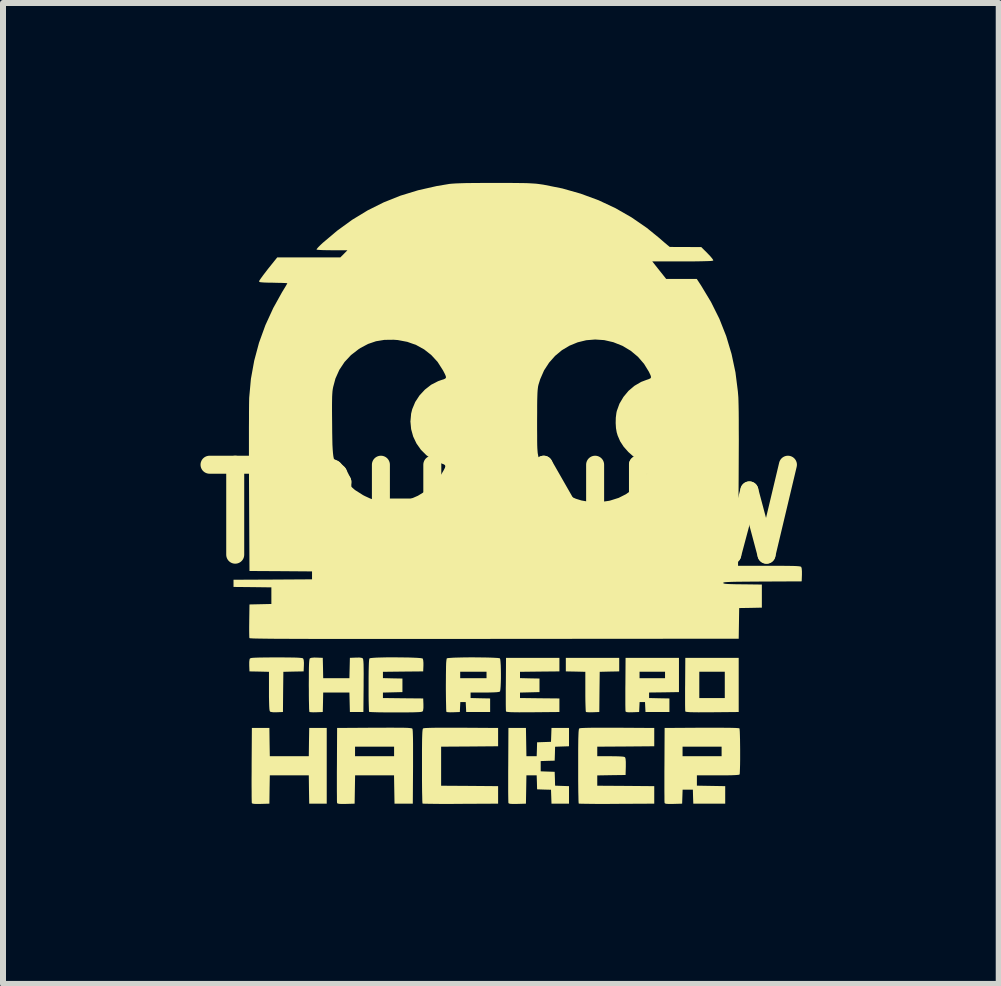
<source format=kicad_pcb>
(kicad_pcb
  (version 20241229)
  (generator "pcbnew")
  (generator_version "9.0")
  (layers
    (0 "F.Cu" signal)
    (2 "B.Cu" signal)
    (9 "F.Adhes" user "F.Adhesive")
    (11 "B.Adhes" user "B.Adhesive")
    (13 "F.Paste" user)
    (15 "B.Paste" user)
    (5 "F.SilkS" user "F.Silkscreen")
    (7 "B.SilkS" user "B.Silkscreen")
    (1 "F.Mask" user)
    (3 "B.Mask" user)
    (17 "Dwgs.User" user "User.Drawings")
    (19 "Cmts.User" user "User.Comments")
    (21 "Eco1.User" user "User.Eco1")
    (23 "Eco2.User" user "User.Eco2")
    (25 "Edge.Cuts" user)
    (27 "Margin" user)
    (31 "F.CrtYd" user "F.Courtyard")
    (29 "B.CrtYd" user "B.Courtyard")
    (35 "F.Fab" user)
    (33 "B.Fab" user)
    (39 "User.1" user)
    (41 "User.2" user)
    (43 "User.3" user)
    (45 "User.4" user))
  (footprint "TRH_NEW"
    (layer "F.Cu")
    (at 5.3 5.519)
    (property "Reference" "TRH_NEW" (at 0 0 0) (layer "F.SilkS") (effects (font (size 1.5 1.5) (thickness 0.3))))
    (attr board_only exclude_from_pos_files exclude_from_bom)
    (fp_poly (pts (xy 1.973 2.511) (xy 1.973 2.624) (xy 1.81 2.627) (xy 1.648 2.631) (xy 1.644 2.966) (xy 1.641 3.301) (xy 1.534 3.305) (xy 1.483 3.306) (xy 1.442 3.304) (xy 1.42 3.301) (xy 1.418 3.299) (xy 1.415 3.284) (xy 1.413 3.246) (xy 1.411 3.189) (xy 1.409 3.116) (xy 1.408 3.031) (xy 1.408 2.961) (xy 1.408 2.631) (xy 1.245 2.627) (xy 1.083 2.624) (xy 1.083 2.511) (xy 1.083 2.398) (xy 1.528 2.398) (xy 1.973 2.398)) (stroke (width 0) (type solid)) (fill yes) (layer "F.SilkS"))
    (fp_poly (pts (xy 3.965 2.85) (xy 3.965 3.301) (xy 3.523 3.305) (xy 3.398 3.305) (xy 3.297 3.306) (xy 3.218 3.305) (xy 3.159 3.304) (xy 3.117 3.301) (xy 3.091 3.298) (xy 3.077 3.294) (xy 3.075 3.291) (xy 3.073 3.274) (xy 3.072 3.234) (xy 3.071 3.174) (xy 3.071 3.097) (xy 3.071 3.006) (xy 3.071 2.905) (xy 3.072 2.85) (xy 3.308 2.85) (xy 3.308 3.069) (xy 3.52 3.069) (xy 3.733 3.069) (xy 3.733 2.85) (xy 3.733 2.63) (xy 3.52 2.63) (xy 3.308 2.63) (xy 3.308 2.85) (xy 3.072 2.85) (xy 3.072 2.836) (xy 3.075 2.398) (xy 3.52 2.398) (xy 3.965 2.398)) (stroke (width 0) (type solid)) (fill yes) (layer "F.SilkS"))
    (fp_poly (pts (xy -3.856 3.803) (xy -3.852 4.038) (xy -3.527 4.038) (xy -3.202 4.038) (xy -3.199 3.803) (xy -3.195 3.567) (xy -3.049 3.567) (xy -2.903 3.567) (xy -2.903 4.198) (xy -2.903 4.829) (xy -3.049 4.829) (xy -3.195 4.829) (xy -3.199 4.593) (xy -3.202 4.357) (xy -3.527 4.357) (xy -3.852 4.357) (xy -3.856 4.593) (xy -3.859 4.829) (xy -4.002 4.833) (xy -4.071 4.834) (xy -4.116 4.832) (xy -4.142 4.827) (xy -4.152 4.819) (xy -4.153 4.803) (xy -4.154 4.763) (xy -4.155 4.701) (xy -4.155 4.621) (xy -4.156 4.526) (xy -4.156 4.417) (xy -4.155 4.298) (xy -4.155 4.185) (xy -4.151 3.567) (xy -4.005 3.567) (xy -3.859 3.567)) (stroke (width 0) (type solid)) (fill yes) (layer "F.SilkS"))
    (fp_poly (pts (xy 0.976 2.511) (xy 0.976 2.624) (xy 0.648 2.627) (xy 0.319 2.631) (xy 0.319 2.683) (xy 0.319 2.736) (xy 0.482 2.74) (xy 0.644 2.743) (xy 0.644 2.856) (xy 0.644 2.969) (xy 0.482 2.973) (xy 0.319 2.977) (xy 0.319 3.022) (xy 0.319 3.068) (xy 0.648 3.072) (xy 0.976 3.075) (xy 0.976 3.188) (xy 0.976 3.301) (xy 0.534 3.305) (xy 0.409 3.305) (xy 0.308 3.306) (xy 0.229 3.305) (xy 0.17 3.304) (xy 0.128 3.301) (xy 0.102 3.298) (xy 0.088 3.294) (xy 0.086 3.291) (xy 0.084 3.274) (xy 0.083 3.234) (xy 0.082 3.174) (xy 0.082 3.097) (xy 0.082 3.006) (xy 0.082 2.905) (xy 0.083 2.836) (xy 0.086 2.398) (xy 0.531 2.398) (xy 0.976 2.398)) (stroke (width 0) (type solid)) (fill yes) (layer "F.SilkS"))
    (fp_poly (pts (xy -3.618 2.391) (xy -3.52 2.392) (xy -3.444 2.393) (xy -3.387 2.395) (xy -3.346 2.398) (xy -3.318 2.401) (xy -3.302 2.405) (xy -3.296 2.41) (xy -3.287 2.435) (xy -3.283 2.481) (xy -3.284 2.526) (xy -3.288 2.624) (xy -3.457 2.627) (xy -3.626 2.631) (xy -3.63 2.966) (xy -3.633 3.301) (xy -3.733 3.305) (xy -3.798 3.305) (xy -3.838 3.299) (xy -3.849 3.292) (xy -3.855 3.279) (xy -3.859 3.25) (xy -3.862 3.203) (xy -3.864 3.136) (xy -3.866 3.046) (xy -3.866 2.954) (xy -3.866 2.631) (xy -4.029 2.627) (xy -4.191 2.624) (xy -4.195 2.526) (xy -4.195 2.467) (xy -4.19 2.426) (xy -4.184 2.41) (xy -4.175 2.405) (xy -4.158 2.4) (xy -4.128 2.397) (xy -4.085 2.395) (xy -4.025 2.393) (xy -3.946 2.392) (xy -3.845 2.391) (xy -3.74 2.391)) (stroke (width 0) (type solid)) (fill yes) (layer "F.SilkS"))
    (fp_poly (pts (xy 2.969 2.683) (xy 2.969 2.969) (xy 2.72 2.973) (xy 2.471 2.976) (xy 2.471 3.022) (xy 2.471 3.068) (xy 2.64 3.072) (xy 2.81 3.075) (xy 2.81 3.188) (xy 2.81 3.301) (xy 2.61 3.301) (xy 2.411 3.301) (xy 2.407 3.218) (xy 2.403 3.135) (xy 2.358 3.135) (xy 2.313 3.135) (xy 2.309 3.218) (xy 2.305 3.301) (xy 2.195 3.305) (xy 2.136 3.306) (xy 2.099 3.303) (xy 2.081 3.295) (xy 2.079 3.292) (xy 2.077 3.275) (xy 2.076 3.234) (xy 2.075 3.174) (xy 2.075 3.097) (xy 2.075 3.006) (xy 2.075 2.905) (xy 2.076 2.836) (xy 2.077 2.683) (xy 2.312 2.683) (xy 2.312 2.737) (xy 2.524 2.737) (xy 2.737 2.737) (xy 2.737 2.683) (xy 2.737 2.63) (xy 2.524 2.63) (xy 2.312 2.63) (xy 2.312 2.683) (xy 2.077 2.683) (xy 2.079 2.398) (xy 2.524 2.398) (xy 2.969 2.398)) (stroke (width 0) (type solid)) (fill yes) (layer "F.SilkS"))
    (fp_poly (pts (xy -0.786 3.563) (xy -0.663 3.563) (xy -0.046 3.567) (xy -0.046 3.72) (xy -0.046 3.872) (xy -0.521 3.876) (xy -0.996 3.879) (xy -0.996 4.205) (xy -0.996 4.53) (xy -0.521 4.533) (xy -0.046 4.537) (xy -0.046 4.683) (xy -0.046 4.829) (xy -0.672 4.832) (xy -0.798 4.833) (xy -0.917 4.833) (xy -1.024 4.833) (xy -1.118 4.832) (xy -1.196 4.831) (xy -1.255 4.83) (xy -1.293 4.829) (xy -1.306 4.827) (xy -1.308 4.812) (xy -1.31 4.773) (xy -1.311 4.714) (xy -1.313 4.635) (xy -1.314 4.541) (xy -1.315 4.433) (xy -1.315 4.315) (xy -1.315 4.204) (xy -1.315 4.056) (xy -1.315 3.932) (xy -1.314 3.831) (xy -1.313 3.75) (xy -1.311 3.688) (xy -1.309 3.641) (xy -1.306 3.608) (xy -1.303 3.588) (xy -1.299 3.577) (xy -1.297 3.575) (xy -1.284 3.571) (xy -1.252 3.568) (xy -1.202 3.566) (xy -1.132 3.564) (xy -1.04 3.563) (xy -0.925 3.563)) (stroke (width 0) (type solid)) (fill yes) (layer "F.SilkS"))
    (fp_poly (pts (xy -3.067 2.394) (xy -2.969 2.398) (xy -2.965 2.567) (xy -2.962 2.737) (xy -2.743 2.737) (xy -2.525 2.737) (xy -2.521 2.567) (xy -2.517 2.398) (xy -2.417 2.394) (xy -2.358 2.393) (xy -2.322 2.398) (xy -2.302 2.407) (xy -2.3 2.409) (xy -2.296 2.423) (xy -2.292 2.454) (xy -2.289 2.503) (xy -2.288 2.572) (xy -2.287 2.663) (xy -2.288 2.779) (xy -2.288 2.864) (xy -2.292 3.301) (xy -2.404 3.301) (xy -2.517 3.301) (xy -2.521 3.138) (xy -2.525 2.976) (xy -2.743 2.976) (xy -2.962 2.976) (xy -2.965 3.138) (xy -2.969 3.301) (xy -3.076 3.305) (xy -3.127 3.306) (xy -3.167 3.304) (xy -3.19 3.301) (xy -3.192 3.299) (xy -3.194 3.284) (xy -3.197 3.246) (xy -3.198 3.187) (xy -3.2 3.112) (xy -3.201 3.022) (xy -3.201 2.922) (xy -3.202 2.856) (xy -3.201 2.733) (xy -3.201 2.634) (xy -3.2 2.557) (xy -3.198 2.499) (xy -3.195 2.457) (xy -3.192 2.43) (xy -3.188 2.413) (xy -3.183 2.406) (xy -3.158 2.397) (xy -3.111 2.393)) (stroke (width 0) (type solid)) (fill yes) (layer "F.SilkS"))
    (fp_poly (pts (xy -1.737 3.563) (xy -1.656 3.563) (xy -1.593 3.564) (xy -1.546 3.566) (xy -1.513 3.569) (xy -1.491 3.572) (xy -1.479 3.576) (xy -1.476 3.578) (xy -1.472 3.591) (xy -1.469 3.622) (xy -1.467 3.671) (xy -1.465 3.739) (xy -1.464 3.83) (xy -1.464 3.942) (xy -1.464 4.079) (xy -1.464 4.213) (xy -1.468 4.829) (xy -1.621 4.829) (xy -1.773 4.829) (xy -1.777 4.593) (xy -1.781 4.357) (xy -2.106 4.357) (xy -2.43 4.357) (xy -2.434 4.593) (xy -2.438 4.829) (xy -2.581 4.833) (xy -2.649 4.834) (xy -2.694 4.832) (xy -2.72 4.827) (xy -2.73 4.819) (xy -2.732 4.803) (xy -2.733 4.763) (xy -2.733 4.701) (xy -2.734 4.621) (xy -2.734 4.526) (xy -2.734 4.417) (xy -2.734 4.298) (xy -2.733 4.185) (xy -2.732 3.959) (xy -2.431 3.959) (xy -2.431 4.038) (xy -2.106 4.038) (xy -1.78 4.038) (xy -1.78 3.959) (xy -1.78 3.879) (xy -2.106 3.879) (xy -2.431 3.879) (xy -2.431 3.959) (xy -2.732 3.959) (xy -2.73 3.567) (xy -2.111 3.563) (xy -1.962 3.563) (xy -1.839 3.562)) (stroke (width 0) (type solid)) (fill yes) (layer "F.SilkS"))
    (fp_poly (pts (xy 0.422 3.803) (xy 0.426 4.038) (xy 0.511 4.038) (xy 0.597 4.038) (xy 0.601 3.922) (xy 0.604 3.806) (xy 0.72 3.802) (xy 0.836 3.798) (xy 0.84 3.683) (xy 0.844 3.567) (xy 0.99 3.567) (xy 1.136 3.567) (xy 1.136 3.72) (xy 1.136 3.872) (xy 1.02 3.876) (xy 0.904 3.88) (xy 0.901 3.996) (xy 0.897 4.112) (xy 0.78 4.115) (xy 0.664 4.119) (xy 0.664 4.205) (xy 0.664 4.29) (xy 0.78 4.294) (xy 0.897 4.298) (xy 0.901 4.413) (xy 0.904 4.529) (xy 1.02 4.533) (xy 1.136 4.537) (xy 1.136 4.683) (xy 1.136 4.829) (xy 0.99 4.829) (xy 0.844 4.829) (xy 0.84 4.713) (xy 0.836 4.597) (xy 0.72 4.594) (xy 0.604 4.59) (xy 0.601 4.474) (xy 0.597 4.357) (xy 0.511 4.357) (xy 0.426 4.357) (xy 0.422 4.593) (xy 0.418 4.829) (xy 0.275 4.833) (xy 0.207 4.834) (xy 0.162 4.832) (xy 0.136 4.827) (xy 0.126 4.819) (xy 0.125 4.803) (xy 0.124 4.763) (xy 0.123 4.701) (xy 0.122 4.621) (xy 0.122 4.526) (xy 0.122 4.417) (xy 0.122 4.298) (xy 0.123 4.185) (xy 0.126 3.567) (xy 0.272 3.567) (xy 0.418 3.567)) (stroke (width 0) (type solid)) (fill yes) (layer "F.SilkS"))
    (fp_poly (pts (xy 1.818 3.563) (xy 1.941 3.563) (xy 2.557 3.567) (xy 2.557 3.72) (xy 2.557 3.872) (xy 2.082 3.876) (xy 1.607 3.879) (xy 1.607 3.959) (xy 1.607 4.038) (xy 1.832 4.038) (xy 1.919 4.039) (xy 1.982 4.041) (xy 2.026 4.044) (xy 2.054 4.048) (xy 2.069 4.055) (xy 2.071 4.057) (xy 2.079 4.082) (xy 2.083 4.132) (xy 2.083 4.205) (xy 2.083 4.213) (xy 2.079 4.351) (xy 1.843 4.354) (xy 1.607 4.358) (xy 1.607 4.444) (xy 1.607 4.53) (xy 2.082 4.533) (xy 2.557 4.537) (xy 2.557 4.683) (xy 2.557 4.829) (xy 1.932 4.832) (xy 1.805 4.833) (xy 1.687 4.833) (xy 1.58 4.833) (xy 1.486 4.832) (xy 1.408 4.831) (xy 1.349 4.83) (xy 1.311 4.829) (xy 1.298 4.827) (xy 1.296 4.812) (xy 1.294 4.773) (xy 1.293 4.714) (xy 1.291 4.635) (xy 1.29 4.541) (xy 1.289 4.433) (xy 1.289 4.315) (xy 1.289 4.204) (xy 1.289 4.056) (xy 1.289 3.932) (xy 1.29 3.831) (xy 1.291 3.75) (xy 1.293 3.688) (xy 1.295 3.641) (xy 1.298 3.608) (xy 1.301 3.588) (xy 1.305 3.577) (xy 1.307 3.575) (xy 1.32 3.571) (xy 1.351 3.568) (xy 1.401 3.566) (xy 1.472 3.564) (xy 1.564 3.563) (xy 1.679 3.563)) (stroke (width 0) (type solid)) (fill yes) (layer "F.SilkS"))
    (fp_poly (pts (xy -1.726 2.39) (xy -1.632 2.391) (xy -1.542 2.392) (xy -1.462 2.395) (xy -1.394 2.398) (xy -1.342 2.402) (xy -1.31 2.407) (xy -1.303 2.41) (xy -1.295 2.435) (xy -1.291 2.481) (xy -1.291 2.526) (xy -1.295 2.624) (xy -1.631 2.627) (xy -1.966 2.631) (xy -1.966 2.683) (xy -1.966 2.736) (xy -1.803 2.74) (xy -1.641 2.743) (xy -1.641 2.856) (xy -1.641 2.969) (xy -1.803 2.973) (xy -1.966 2.977) (xy -1.966 3.022) (xy -1.966 3.068) (xy -1.631 3.072) (xy -1.295 3.075) (xy -1.291 3.173) (xy -1.291 3.232) (xy -1.296 3.273) (xy -1.303 3.289) (xy -1.311 3.294) (xy -1.329 3.299) (xy -1.358 3.302) (xy -1.401 3.304) (xy -1.46 3.306) (xy -1.539 3.307) (xy -1.64 3.308) (xy -1.753 3.308) (xy -1.858 3.308) (xy -1.954 3.307) (xy -2.039 3.306) (xy -2.108 3.304) (xy -2.16 3.302) (xy -2.19 3.3) (xy -2.196 3.299) (xy -2.199 3.284) (xy -2.2 3.246) (xy -2.202 3.187) (xy -2.204 3.112) (xy -2.205 3.022) (xy -2.205 2.923) (xy -2.205 2.857) (xy -2.205 2.727) (xy -2.204 2.623) (xy -2.202 2.541) (xy -2.2 2.481) (xy -2.197 2.439) (xy -2.193 2.415) (xy -2.189 2.407) (xy -2.171 2.402) (xy -2.131 2.398) (xy -2.071 2.394) (xy -1.997 2.392) (xy -1.912 2.39) (xy -1.821 2.39)) (stroke (width 0) (type solid)) (fill yes) (layer "F.SilkS"))
    (fp_poly (pts (xy 3.641 3.563) (xy 3.755 3.564) (xy 3.847 3.565) (xy 3.915 3.567) (xy 3.959 3.57) (xy 3.977 3.573) (xy 3.977 3.573) (xy 3.98 3.589) (xy 3.983 3.628) (xy 3.985 3.684) (xy 3.987 3.755) (xy 3.988 3.836) (xy 3.989 3.923) (xy 3.989 4.011) (xy 3.989 4.097) (xy 3.988 4.176) (xy 3.986 4.244) (xy 3.984 4.298) (xy 3.982 4.332) (xy 3.979 4.343) (xy 3.963 4.348) (xy 3.919 4.352) (xy 3.85 4.355) (xy 3.753 4.357) (xy 3.631 4.357) (xy 3.619 4.357) (xy 3.268 4.357) (xy 3.268 4.443) (xy 3.268 4.529) (xy 3.504 4.533) (xy 3.74 4.537) (xy 3.74 4.683) (xy 3.74 4.829) (xy 3.474 4.829) (xy 3.208 4.829) (xy 3.204 4.713) (xy 3.201 4.596) (xy 3.115 4.596) (xy 3.03 4.596) (xy 3.026 4.713) (xy 3.022 4.829) (xy 2.879 4.833) (xy 2.811 4.834) (xy 2.765 4.832) (xy 2.74 4.827) (xy 2.73 4.819) (xy 2.728 4.803) (xy 2.727 4.763) (xy 2.727 4.701) (xy 2.726 4.621) (xy 2.726 4.526) (xy 2.726 4.417) (xy 2.726 4.298) (xy 2.727 4.185) (xy 2.728 3.959) (xy 3.029 3.959) (xy 3.029 4.038) (xy 3.354 4.038) (xy 3.68 4.038) (xy 3.68 3.959) (xy 3.68 3.879) (xy 3.354 3.879) (xy 3.029 3.879) (xy 3.029 3.959) (xy 2.728 3.959) (xy 2.73 3.567) (xy 3.347 3.563) (xy 3.504 3.563)) (stroke (width 0) (type solid)) (fill yes) (layer "F.SilkS"))
    (fp_poly (pts (xy -0.344 2.391) (xy -0.255 2.392) (xy -0.174 2.394) (xy -0.106 2.397) (xy -0.054 2.4) (xy -0.023 2.404) (xy -0.016 2.407) (xy -0.01 2.426) (xy -0.006 2.466) (xy -0.002 2.523) (xy 0.000002 2.591) (xy 0.001 2.666) (xy 0.001 2.741) (xy -0.001 2.813) (xy -0.004 2.876) (xy -0.008 2.924) (xy -0.013 2.954) (xy -0.016 2.96) (xy -0.033 2.966) (xy -0.07 2.971) (xy -0.13 2.974) (xy -0.213 2.976) (xy -0.268 2.976) (xy -0.505 2.976) (xy -0.505 3.022) (xy -0.505 3.068) (xy -0.342 3.072) (xy -0.179 3.075) (xy -0.179 3.188) (xy -0.179 3.301) (xy -0.379 3.301) (xy -0.578 3.301) (xy -0.582 3.218) (xy -0.586 3.135) (xy -0.631 3.135) (xy -0.676 3.135) (xy -0.68 3.218) (xy -0.684 3.301) (xy -0.791 3.305) (xy -0.842 3.306) (xy -0.882 3.304) (xy -0.905 3.301) (xy -0.907 3.299) (xy -0.91 3.284) (xy -0.912 3.246) (xy -0.913 3.187) (xy -0.915 3.112) (xy -0.916 3.022) (xy -0.917 2.923) (xy -0.917 2.857) (xy -0.916 2.727) (xy -0.916 2.683) (xy -0.678 2.683) (xy -0.678 2.737) (xy -0.458 2.737) (xy -0.239 2.737) (xy -0.239 2.683) (xy -0.239 2.63) (xy -0.458 2.63) (xy -0.678 2.63) (xy -0.678 2.683) (xy -0.916 2.683) (xy -0.915 2.623) (xy -0.914 2.541) (xy -0.912 2.481) (xy -0.908 2.439) (xy -0.904 2.415) (xy -0.901 2.407) (xy -0.883 2.402) (xy -0.843 2.399) (xy -0.784 2.395) (xy -0.71 2.393) (xy -0.625 2.391) (xy -0.533 2.39) (xy -0.438 2.39)) (stroke (width 0) (type solid)) (fill yes) (layer "F.SilkS"))
    (fp_poly (pts (xy -0.106 -5.519) (xy 0.042 -5.519) (xy 0.167 -5.519) (xy 0.271 -5.518) (xy 0.357 -5.517) (xy 0.429 -5.516) (xy 0.489 -5.513) (xy 0.54 -5.51) (xy 0.585 -5.507) (xy 0.627 -5.502) (xy 0.67 -5.496) (xy 0.711 -5.49) (xy 1.026 -5.427) (xy 1.332 -5.34) (xy 1.628 -5.231) (xy 1.91 -5.099) (xy 2.18 -4.944) (xy 2.434 -4.769) (xy 2.637 -4.604) (xy 2.684 -4.563) (xy 2.729 -4.524) (xy 2.764 -4.495) (xy 2.773 -4.487) (xy 2.816 -4.452) (xy 3.079 -4.451) (xy 3.341 -4.45) (xy 3.446 -4.345) (xy 3.489 -4.3) (xy 3.521 -4.262) (xy 3.539 -4.236) (xy 3.541 -4.226) (xy 3.529 -4.222) (xy 3.497 -4.218) (xy 3.443 -4.216) (xy 3.368 -4.214) (xy 3.269 -4.212) (xy 3.146 -4.211) (xy 3.028 -4.211) (xy 2.524 -4.211) (xy 2.64 -4.065) (xy 2.756 -3.919) (xy 3.011 -3.919) (xy 3.266 -3.919) (xy 3.338 -3.809) (xy 3.503 -3.535) (xy 3.643 -3.254) (xy 3.757 -2.965) (xy 3.846 -2.667) (xy 3.911 -2.361) (xy 3.951 -2.044) (xy 3.959 -1.946) (xy 3.961 -1.89) (xy 3.963 -1.808) (xy 3.965 -1.702) (xy 3.966 -1.571) (xy 3.966 -1.416) (xy 3.967 -1.239) (xy 3.966 -1.039) (xy 3.965 -0.819) (xy 3.964 -0.578) (xy 3.963 -0.435) (xy 3.954 0.863) (xy 4.473 0.863) (xy 4.608 0.864) (xy 4.718 0.864) (xy 4.807 0.865) (xy 4.876 0.866) (xy 4.927 0.868) (xy 4.964 0.871) (xy 4.988 0.874) (xy 5.002 0.879) (xy 5.007 0.882) (xy 5.015 0.907) (xy 5.019 0.955) (xy 5.019 1.012) (xy 5.015 1.123) (xy 4.361 1.126) (xy 4.21 1.127) (xy 4.084 1.128) (xy 3.98 1.129) (xy 3.897 1.13) (xy 3.832 1.132) (xy 3.783 1.134) (xy 3.748 1.136) (xy 3.725 1.139) (xy 3.712 1.143) (xy 3.707 1.147) (xy 3.706 1.149) (xy 3.71 1.155) (xy 3.722 1.16) (xy 3.746 1.164) (xy 3.784 1.167) (xy 3.84 1.169) (xy 3.916 1.171) (xy 4.015 1.172) (xy 4.029 1.172) (xy 4.351 1.176) (xy 4.351 1.368) (xy 4.351 1.561) (xy 4.162 1.565) (xy 3.973 1.568) (xy 3.969 1.824) (xy 3.965 2.079) (xy -0.11 2.082) (xy -0.512 2.083) (xy -0.887 2.083) (xy -1.238 2.083) (xy -1.565 2.083) (xy -1.868 2.083) (xy -2.148 2.083) (xy -2.407 2.083) (xy -2.644 2.083) (xy -2.861 2.083) (xy -3.058 2.083) (xy -3.236 2.082) (xy -3.397 2.082) (xy -3.54 2.081) (xy -3.666 2.08) (xy -3.777 2.08) (xy -3.873 2.079) (xy -3.954 2.078) (xy -4.022 2.077) (xy -4.078 2.076) (xy -4.121 2.075) (xy -4.154 2.073) (xy -4.176 2.072) (xy -4.188 2.07) (xy -4.192 2.069) (xy -4.194 2.051) (xy -4.195 2.011) (xy -4.196 1.952) (xy -4.196 1.88) (xy -4.195 1.799) (xy -4.195 1.78) (xy -4.191 1.508) (xy -4.009 1.504) (xy -3.826 1.5) (xy -3.826 1.362) (xy -3.826 1.223) (xy -4.141 1.219) (xy -4.457 1.216) (xy -4.457 1.156) (xy -4.457 1.096) (xy -3.803 1.093) (xy -3.148 1.089) (xy -3.148 1.023) (xy -3.148 0.957) (xy -3.67 0.953) (xy -4.191 0.95) (xy -4.198 -0.405) (xy -4.199 -0.597) (xy -4.199 -0.785) (xy -4.2 -0.966) (xy -4.2 -1.138) (xy -4.2 -1.3) (xy -4.2 -1.449) (xy -4.199 -1.583) (xy -4.199 -1.7) (xy -4.198 -1.798) (xy -4.198 -1.816) (xy -2.815 -1.816) (xy -2.815 -1.72) (xy -2.814 -1.602) (xy -2.813 -1.506) (xy -2.812 -1.368) (xy -2.81 -1.253) (xy -2.808 -1.158) (xy -2.804 -1.081) (xy -2.799 -1.017) (xy -2.793 -0.965) (xy -2.784 -0.92) (xy -2.772 -0.879) (xy -2.758 -0.84) (xy -2.74 -0.798) (xy -2.718 -0.752) (xy -2.717 -0.751) (xy -2.639 -0.615) (xy -2.545 -0.499) (xy -2.432 -0.4) (xy -2.298 -0.315) (xy -2.265 -0.298) (xy -2.18 -0.259) (xy -2.102 -0.231) (xy -2.024 -0.214) (xy -1.937 -0.205) (xy -1.835 -0.203) (xy -1.8 -0.204) (xy -1.721 -0.207) (xy -1.661 -0.211) (xy -1.612 -0.219) (xy -1.565 -0.23) (xy -1.521 -0.244) (xy -1.383 -0.304) (xy -1.254 -0.383) (xy -1.139 -0.479) (xy -1.042 -0.588) (xy -0.987 -0.671) (xy -0.953 -0.73) (xy -0.932 -0.771) (xy -0.926 -0.799) (xy -0.934 -0.817) (xy -0.958 -0.831) (xy -0.998 -0.845) (xy -1.011 -0.85) (xy -1.134 -0.905) (xy -1.241 -0.979) (xy -1.333 -1.071) (xy -1.407 -1.176) (xy -1.462 -1.292) (xy -1.496 -1.415) (xy -1.508 -1.544) (xy -1.506 -1.561) (xy 0.604 -1.561) (xy 0.604 -1.548) (xy 0.604 -1.416) (xy 0.605 -1.308) (xy 0.605 -1.221) (xy 0.606 -1.151) (xy 0.608 -1.096) (xy 0.611 -1.053) (xy 0.614 -1.018) (xy 0.619 -0.989) (xy 0.624 -0.963) (xy 0.632 -0.936) (xy 0.635 -0.924) (xy 0.681 -0.792) (xy 0.741 -0.676) (xy 0.819 -0.569) (xy 0.896 -0.484) (xy 1.008 -0.386) (xy 1.124 -0.31) (xy 1.251 -0.254) (xy 1.342 -0.226) (xy 1.449 -0.207) (xy 1.57 -0.2) (xy 1.692 -0.204) (xy 1.804 -0.22) (xy 1.828 -0.226) (xy 1.964 -0.269) (xy 2.085 -0.33) (xy 2.198 -0.411) (xy 2.279 -0.484) (xy 2.342 -0.551) (xy 2.39 -0.608) (xy 2.428 -0.665) (xy 2.455 -0.713) (xy 2.511 -0.821) (xy 2.467 -0.829) (xy 2.384 -0.855) (xy 2.296 -0.9) (xy 2.207 -0.961) (xy 2.126 -1.033) (xy 2.047 -1.122) (xy 1.989 -1.211) (xy 1.947 -1.308) (xy 1.931 -1.362) (xy 1.919 -1.432) (xy 1.914 -1.517) (xy 1.916 -1.605) (xy 1.926 -1.685) (xy 1.933 -1.718) (xy 1.977 -1.839) (xy 2.044 -1.952) (xy 2.128 -2.053) (xy 2.227 -2.137) (xy 2.338 -2.202) (xy 2.42 -2.233) (xy 2.467 -2.249) (xy 2.495 -2.263) (xy 2.504 -2.281) (xy 2.496 -2.311) (xy 2.475 -2.356) (xy 2.468 -2.371) (xy 2.387 -2.503) (xy 2.286 -2.62) (xy 2.165 -2.721) (xy 2.028 -2.803) (xy 2.026 -2.804) (xy 1.875 -2.864) (xy 1.723 -2.899) (xy 1.571 -2.909) (xy 1.423 -2.897) (xy 1.28 -2.862) (xy 1.144 -2.806) (xy 1.018 -2.731) (xy 0.904 -2.636) (xy 0.804 -2.523) (xy 0.72 -2.394) (xy 0.656 -2.248) (xy 0.627 -2.155) (xy 0.621 -2.129) (xy 0.617 -2.1) (xy 0.613 -2.064) (xy 0.61 -2.019) (xy 0.608 -1.963) (xy 0.606 -1.892) (xy 0.605 -1.803) (xy 0.605 -1.693) (xy 0.604 -1.561) (xy -1.506 -1.561) (xy -1.496 -1.674) (xy -1.478 -1.747) (xy -1.428 -1.867) (xy -1.356 -1.977) (xy -1.266 -2.074) (xy -1.162 -2.155) (xy -1.047 -2.214) (xy -0.994 -2.233) (xy -0.952 -2.246) (xy -0.927 -2.258) (xy -0.915 -2.274) (xy -0.918 -2.298) (xy -0.934 -2.335) (xy -0.963 -2.391) (xy -0.971 -2.404) (xy -1.055 -2.536) (xy -1.159 -2.649) (xy -1.279 -2.744) (xy -1.413 -2.818) (xy -1.56 -2.87) (xy -1.718 -2.9) (xy -1.787 -2.905) (xy -1.941 -2.903) (xy -2.082 -2.88) (xy -2.214 -2.835) (xy -2.342 -2.767) (xy -2.367 -2.751) (xy -2.498 -2.65) (xy -2.606 -2.534) (xy -2.693 -2.403) (xy -2.758 -2.258) (xy -2.796 -2.116) (xy -2.802 -2.084) (xy -2.807 -2.049) (xy -2.81 -2.008) (xy -2.813 -1.957) (xy -2.814 -1.895) (xy -2.815 -1.816) (xy -4.198 -1.816) (xy -4.197 -1.874) (xy -4.196 -1.928) (xy -4.195 -1.946) (xy -4.167 -2.253) (xy -4.112 -2.556) (xy -4.032 -2.855) (xy -3.926 -3.147) (xy -3.795 -3.433) (xy -3.648 -3.698) (xy -3.615 -3.752) (xy -3.587 -3.798) (xy -3.568 -3.831) (xy -3.56 -3.846) (xy -3.56 -3.847) (xy -3.573 -3.849) (xy -3.608 -3.851) (xy -3.661 -3.853) (xy -3.728 -3.854) (xy -3.796 -3.856) (xy -3.881 -3.857) (xy -3.943 -3.859) (xy -3.986 -3.862) (xy -4.012 -3.865) (xy -4.026 -3.87) (xy -4.03 -3.877) (xy -4.03 -3.881) (xy -4.022 -3.898) (xy -3.999 -3.931) (xy -3.965 -3.978) (xy -3.922 -4.034) (xy -3.879 -4.09) (xy -3.728 -4.278) (xy -3.202 -4.278) (xy -2.676 -4.278) (xy -2.617 -4.337) (xy -2.558 -4.397) (xy -2.813 -4.397) (xy -2.892 -4.398) (xy -2.962 -4.399) (xy -3.019 -4.402) (xy -3.057 -4.405) (xy -3.074 -4.408) (xy -3.074 -4.408) (xy -3.067 -4.421) (xy -3.045 -4.447) (xy -3.009 -4.483) (xy -2.972 -4.518) (xy -2.729 -4.723) (xy -2.48 -4.904) (xy -2.222 -5.061) (xy -1.954 -5.195) (xy -1.674 -5.307) (xy -1.38 -5.397) (xy -1.071 -5.467) (xy -0.857 -5.503) (xy -0.813 -5.507) (xy -0.752 -5.511) (xy -0.672 -5.514) (xy -0.572 -5.517) (xy -0.45 -5.518) (xy -0.305 -5.519) (xy -0.135 -5.519)) (stroke (width 0) (type solid)) (fill yes) (layer "F.SilkS")))
  (gr_rect
    (start -3 -3)
    (end 13.6 13.353)
    (stroke (width 0.1) (type default))
    (fill no)
    (layer "Edge.Cuts")))
</source>
